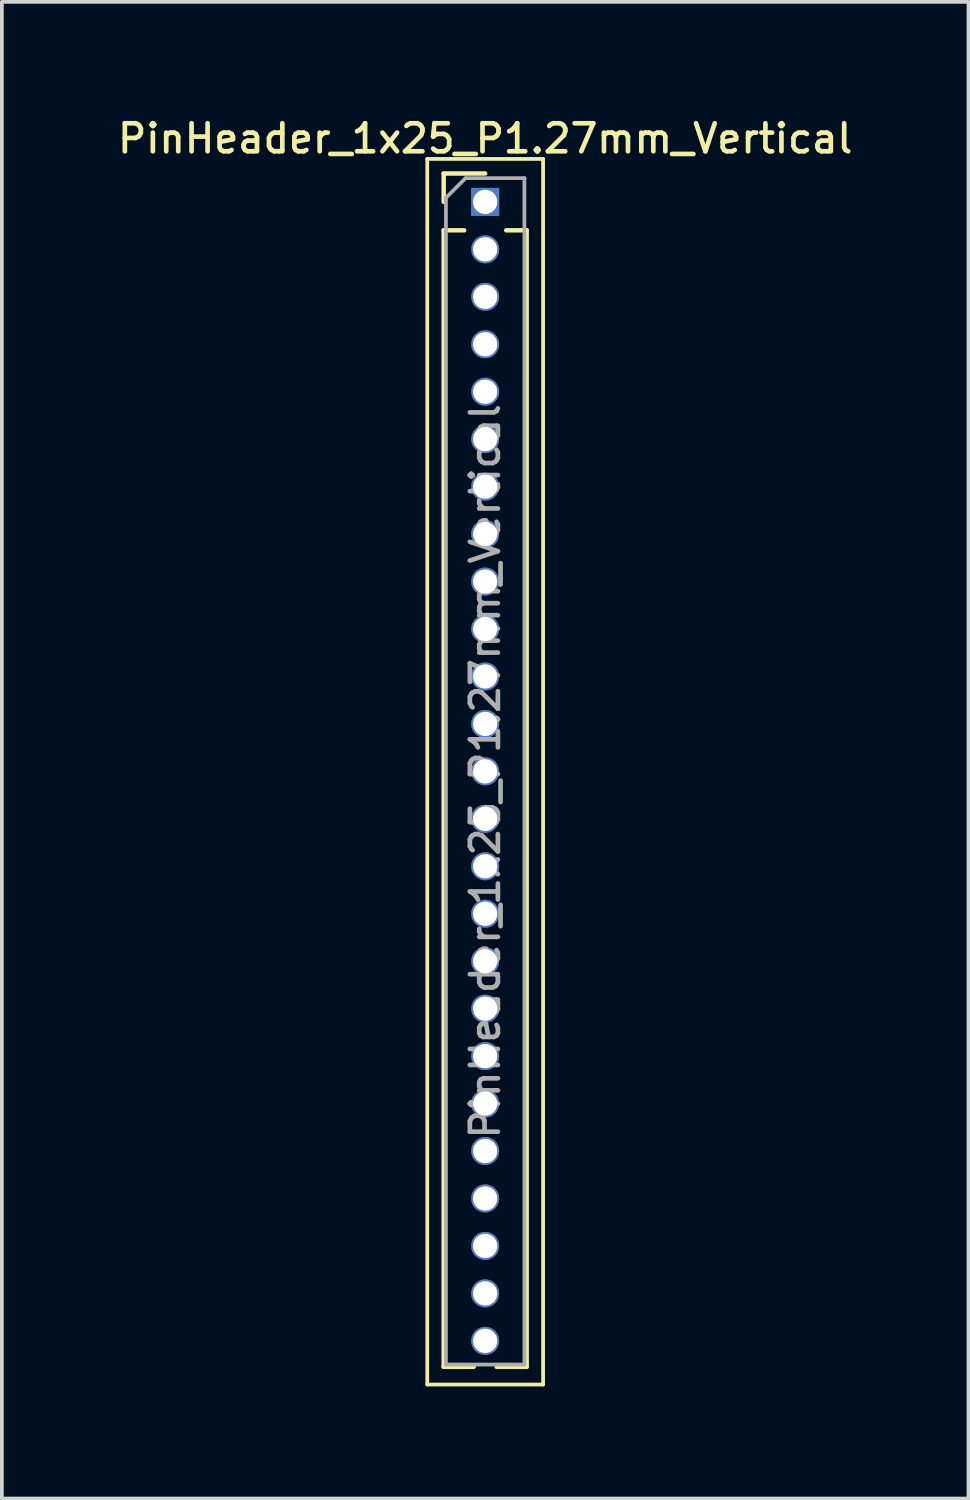
<source format=kicad_pcb>
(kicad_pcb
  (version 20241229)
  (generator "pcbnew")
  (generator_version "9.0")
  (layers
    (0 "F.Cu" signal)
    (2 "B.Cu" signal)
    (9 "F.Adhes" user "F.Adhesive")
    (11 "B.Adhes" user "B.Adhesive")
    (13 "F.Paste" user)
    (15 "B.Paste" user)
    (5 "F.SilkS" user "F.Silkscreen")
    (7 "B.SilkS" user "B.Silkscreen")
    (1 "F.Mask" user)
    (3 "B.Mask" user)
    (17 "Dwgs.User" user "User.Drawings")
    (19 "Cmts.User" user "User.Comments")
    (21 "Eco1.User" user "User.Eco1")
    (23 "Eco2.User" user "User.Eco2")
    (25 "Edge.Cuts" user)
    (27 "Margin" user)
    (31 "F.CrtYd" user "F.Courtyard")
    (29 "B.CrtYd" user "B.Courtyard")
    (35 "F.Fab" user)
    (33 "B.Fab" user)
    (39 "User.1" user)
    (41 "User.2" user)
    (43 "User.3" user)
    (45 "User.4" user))
  (footprint "PinHeader_1x25_P1.27mm_Vertical"
    (layer "F.Cu")
    (at 9.934 2.353)
    (property "Reference" "PinHeader_1x25_P1.27mm_Vertical" (at 0 -1.695 0) (layer "F.SilkS") (effects (font (size 0.75 0.75) (thickness 0.125))))
    (attr through_hole)
    (fp_line (start -1.55 -1.15) (end -1.55 31.65) (stroke (width 0.1) (type solid)) (layer "F.SilkS"))
    (fp_line (start -1.55 31.65) (end 1.55 31.65) (stroke (width 0.1) (type solid)) (layer "F.SilkS"))
    (fp_line (start -1.11 -0.76) (end 0 -0.76) (stroke (width 0.12) (type solid)) (layer "F.SilkS"))
    (fp_line (start -1.11 0) (end -1.11 -0.76) (stroke (width 0.12) (type solid)) (layer "F.SilkS"))
    (fp_line (start -1.11 0.76) (end -1.11 31.175) (stroke (width 0.12) (type solid)) (layer "F.SilkS"))
    (fp_line (start -1.11 0.76) (end -0.563 0.76) (stroke (width 0.12) (type solid)) (layer "F.SilkS"))
    (fp_line (start -1.11 31.175) (end -0.308 31.175) (stroke (width 0.12) (type solid)) (layer "F.SilkS"))
    (fp_line (start 0.308 31.175) (end 1.11 31.175) (stroke (width 0.12) (type solid)) (layer "F.SilkS"))
    (fp_line (start 0.563 0.76) (end 1.11 0.76) (stroke (width 0.12) (type solid)) (layer "F.SilkS"))
    (fp_line (start 1.11 0.76) (end 1.11 31.175) (stroke (width 0.12) (type solid)) (layer "F.SilkS"))
    (fp_line (start 1.55 -1.15) (end -1.55 -1.15) (stroke (width 0.1) (type solid)) (layer "F.SilkS"))
    (fp_line (start 1.55 31.65) (end 1.55 -1.15) (stroke (width 0.1) (type solid)) (layer "F.SilkS"))
    (fp_line (start -1.05 -0.11) (end -0.525 -0.635) (stroke (width 0.1) (type solid)) (layer "F.Fab"))
    (fp_line (start -1.05 31.115) (end -1.05 -0.11) (stroke (width 0.1) (type solid)) (layer "F.Fab"))
    (fp_line (start -0.525 -0.635) (end 1.05 -0.635) (stroke (width 0.1) (type solid)) (layer "F.Fab"))
    (fp_line (start 1.05 -0.635) (end 1.05 31.115) (stroke (width 0.1) (type solid)) (layer "F.Fab"))
    (fp_line (start 1.05 31.115) (end -1.05 31.115) (stroke (width 0.1) (type solid)) (layer "F.Fab"))
    (fp_text user "${REFERENCE}" (at 0 15.24 90) (layer "F.Fab") (effects (font (size 0.75 0.75) (thickness 0.125))))
    (pad "1" thru_hole rect (at 0 0) (size 0.75 0.75) (drill 0.65) (layers "*.Cu" "*.Mask"))
    (pad "2" thru_hole oval (at 0 1.27) (size 0.75 0.75) (drill 0.65) (layers "*.Cu" "*.Mask"))
    (pad "3" thru_hole oval (at 0 2.54) (size 0.75 0.75) (drill 0.65) (layers "*.Cu" "*.Mask"))
    (pad "4" thru_hole oval (at 0 3.81) (size 0.75 0.75) (drill 0.65) (layers "*.Cu" "*.Mask"))
    (pad "5" thru_hole oval (at 0 5.08) (size 0.75 0.75) (drill 0.65) (layers "*.Cu" "*.Mask"))
    (pad "6" thru_hole oval (at 0 6.35) (size 0.75 0.75) (drill 0.65) (layers "*.Cu" "*.Mask"))
    (pad "7" thru_hole oval (at 0 7.62) (size 0.75 0.75) (drill 0.65) (layers "*.Cu" "*.Mask"))
    (pad "8" thru_hole oval (at 0 8.89) (size 0.75 0.75) (drill 0.65) (layers "*.Cu" "*.Mask"))
    (pad "9" thru_hole oval (at 0 10.16) (size 0.75 0.75) (drill 0.65) (layers "*.Cu" "*.Mask"))
    (pad "10" thru_hole oval (at 0 11.43) (size 0.75 0.75) (drill 0.65) (layers "*.Cu" "*.Mask"))
    (pad "11" thru_hole oval (at 0 12.7) (size 0.75 0.75) (drill 0.65) (layers "*.Cu" "*.Mask"))
    (pad "12" thru_hole oval (at 0 13.97) (size 0.75 0.75) (drill 0.65) (layers "*.Cu" "*.Mask"))
    (pad "13" thru_hole oval (at 0 15.24) (size 0.75 0.75) (drill 0.65) (layers "*.Cu" "*.Mask"))
    (pad "14" thru_hole oval (at 0 16.51) (size 0.75 0.75) (drill 0.65) (layers "*.Cu" "*.Mask"))
    (pad "15" thru_hole oval (at 0 17.78) (size 0.75 0.75) (drill 0.65) (layers "*.Cu" "*.Mask"))
    (pad "16" thru_hole oval (at 0 19.05) (size 0.75 0.75) (drill 0.65) (layers "*.Cu" "*.Mask"))
    (pad "17" thru_hole oval (at 0 20.32) (size 0.75 0.75) (drill 0.65) (layers "*.Cu" "*.Mask"))
    (pad "18" thru_hole oval (at 0 21.59) (size 0.75 0.75) (drill 0.65) (layers "*.Cu" "*.Mask"))
    (pad "19" thru_hole oval (at 0 22.86) (size 0.75 0.75) (drill 0.65) (layers "*.Cu" "*.Mask"))
    (pad "20" thru_hole oval (at 0 24.13) (size 0.75 0.75) (drill 0.65) (layers "*.Cu" "*.Mask"))
    (pad "21" thru_hole oval (at 0 25.4) (size 0.75 0.75) (drill 0.65) (layers "*.Cu" "*.Mask"))
    (pad "22" thru_hole oval (at 0 26.67) (size 0.75 0.75) (drill 0.65) (layers "*.Cu" "*.Mask"))
    (pad "23" thru_hole oval (at 0 27.94) (size 0.75 0.75) (drill 0.65) (layers "*.Cu" "*.Mask"))
    (pad "24" thru_hole oval (at 0 29.21) (size 0.75 0.75) (drill 0.65) (layers "*.Cu" "*.Mask"))
    (pad "25" thru_hole oval (at 0 30.48) (size 0.75 0.75) (drill 0.65) (layers "*.Cu" "*.Mask")))
  (gr_rect
    (start -3 -3)
    (end 22.868 37.053)
    (stroke (width 0.1) (type default))
    (fill no)
    (layer "Edge.Cuts")))
</source>
